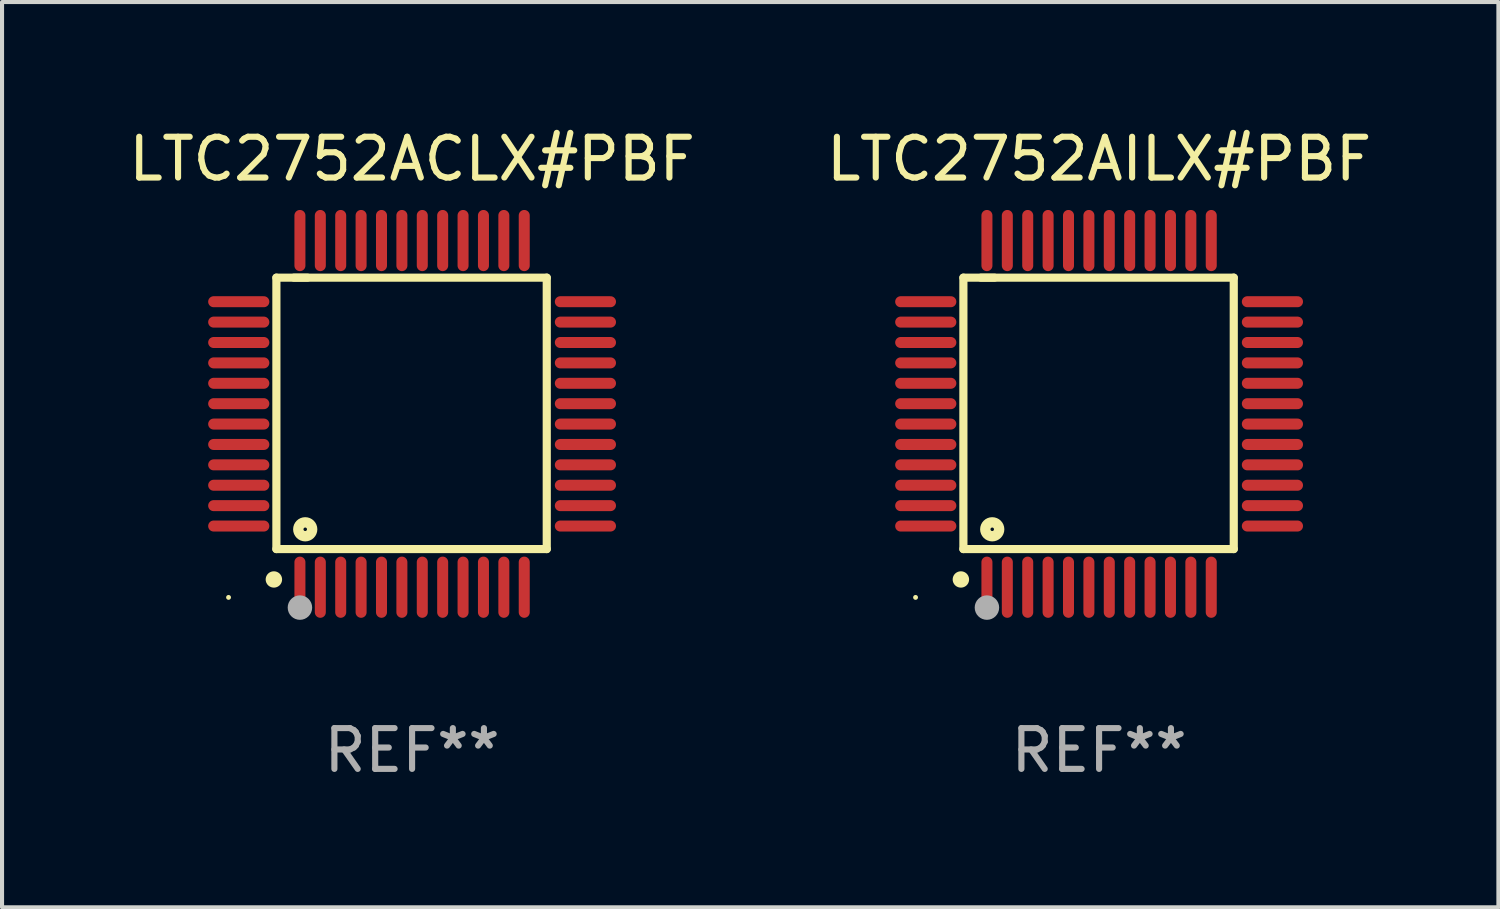
<source format=kicad_pcb>
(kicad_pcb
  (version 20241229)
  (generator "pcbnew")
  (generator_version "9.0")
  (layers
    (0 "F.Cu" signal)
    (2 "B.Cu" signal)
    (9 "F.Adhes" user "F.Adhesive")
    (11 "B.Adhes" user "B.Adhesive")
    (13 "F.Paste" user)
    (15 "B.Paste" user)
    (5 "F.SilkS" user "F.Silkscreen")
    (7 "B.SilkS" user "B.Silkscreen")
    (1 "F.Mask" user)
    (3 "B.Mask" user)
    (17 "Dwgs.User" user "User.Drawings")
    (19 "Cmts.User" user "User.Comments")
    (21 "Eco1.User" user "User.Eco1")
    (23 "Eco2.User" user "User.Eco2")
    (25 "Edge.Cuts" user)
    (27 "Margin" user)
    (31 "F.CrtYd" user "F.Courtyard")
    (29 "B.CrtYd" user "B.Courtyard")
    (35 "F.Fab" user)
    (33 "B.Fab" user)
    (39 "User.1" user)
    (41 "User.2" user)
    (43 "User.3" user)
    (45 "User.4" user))
  (footprint "LTC2752ACLX#PBF"
    (layer "F.Cu")
    (at 7.054 7.098)
    (property "Reference" "LTC2752ACLX#PBF" (at 0 -6.25 0) (layer "F.SilkS") (effects (font (size 1 1) (thickness 0.15))))
    (attr through_hole)
    (fp_line (start -3.327 -3.34) (end -2.565 -3.34) (stroke (width 0.2) (type solid)) (layer "F.SilkS"))
    (fp_line (start -3.327 3.315) (end -3.327 -3.34) (stroke (width 0.2) (type solid)) (layer "F.SilkS"))
    (fp_line (start -2.896 -3.34) (end 3.302 -3.34) (stroke (width 0.2) (type solid)) (layer "F.SilkS"))
    (fp_line (start 3.302 -3.34) (end 3.302 3.315) (stroke (width 0.2) (type solid)) (layer "F.SilkS"))
    (fp_line (start 3.302 3.315) (end -3.327 3.315) (stroke (width 0.2) (type solid)) (layer "F.SilkS"))
    (fp_arc (start -3.389992 4.059995) (mid -3.388722 4.059991) (end -3.387452 4.059995) (stroke (width 0.4) (type solid)) (layer "F.SilkS"))
    (fp_circle (center -4.5 4.5) (end -4.47 4.5) (stroke (width 0.06) (type solid)) (fill no) (layer "F.SilkS"))
    (fp_circle (center -2.62 2.83) (end -2.45 2.83) (stroke (width 0.254) (type solid)) (fill no) (layer "F.SilkS"))
    (fp_circle (center -2.75 4.75) (end -2.6 4.75) (stroke (width 0.3) (type solid)) (fill no) (layer "F.Fab"))
    (fp_text user "REF**" (at 0 8.25 0) (layer "F.Fab") (effects (font (size 1 1) (thickness 0.15))))
    (pad "1" smd oval (at -2.75 4.25) (size 0.27 1.5) (layers "F.Cu" "F.Mask" "F.Paste"))
    (pad "2" smd oval (at -2.25 4.25) (size 0.27 1.5) (layers "F.Cu" "F.Mask" "F.Paste"))
    (pad "3" smd oval (at -1.75 4.25) (size 0.27 1.5) (layers "F.Cu" "F.Mask" "F.Paste"))
    (pad "4" smd oval (at -1.25 4.25) (size 0.27 1.5) (layers "F.Cu" "F.Mask" "F.Paste"))
    (pad "5" smd oval (at -0.75 4.25) (size 0.27 1.5) (layers "F.Cu" "F.Mask" "F.Paste"))
    (pad "6" smd oval (at -0.25 4.25) (size 0.27 1.5) (layers "F.Cu" "F.Mask" "F.Paste"))
    (pad "7" smd oval (at 0.25 4.25) (size 0.27 1.5) (layers "F.Cu" "F.Mask" "F.Paste"))
    (pad "8" smd oval (at 0.75 4.25) (size 0.27 1.5) (layers "F.Cu" "F.Mask" "F.Paste"))
    (pad "9" smd oval (at 1.25 4.25) (size 0.27 1.5) (layers "F.Cu" "F.Mask" "F.Paste"))
    (pad "10" smd oval (at 1.75 4.25) (size 0.27 1.5) (layers "F.Cu" "F.Mask" "F.Paste"))
    (pad "11" smd oval (at 2.25 4.25) (size 0.27 1.5) (layers "F.Cu" "F.Mask" "F.Paste"))
    (pad "12" smd oval (at 2.75 4.25) (size 0.27 1.5) (layers "F.Cu" "F.Mask" "F.Paste"))
    (pad "13" smd oval (at 4.25 2.75) (size 1.5 0.27) (layers "F.Cu" "F.Mask" "F.Paste"))
    (pad "14" smd oval (at 4.25 2.25) (size 1.5 0.27) (layers "F.Cu" "F.Mask" "F.Paste"))
    (pad "15" smd oval (at 4.25 1.75) (size 1.5 0.27) (layers "F.Cu" "F.Mask" "F.Paste"))
    (pad "16" smd oval (at 4.25 1.25) (size 1.5 0.27) (layers "F.Cu" "F.Mask" "F.Paste"))
    (pad "17" smd oval (at 4.25 0.75) (size 1.5 0.27) (layers "F.Cu" "F.Mask" "F.Paste"))
    (pad "18" smd oval (at 4.25 0.25) (size 1.5 0.27) (layers "F.Cu" "F.Mask" "F.Paste"))
    (pad "19" smd oval (at 4.25 -0.25) (size 1.5 0.27) (layers "F.Cu" "F.Mask" "F.Paste"))
    (pad "20" smd oval (at 4.25 -0.75) (size 1.5 0.27) (layers "F.Cu" "F.Mask" "F.Paste"))
    (pad "21" smd oval (at 4.25 -1.25) (size 1.5 0.27) (layers "F.Cu" "F.Mask" "F.Paste"))
    (pad "22" smd oval (at 4.25 -1.75) (size 1.5 0.27) (layers "F.Cu" "F.Mask" "F.Paste"))
    (pad "23" smd oval (at 4.25 -2.25) (size 1.5 0.27) (layers "F.Cu" "F.Mask" "F.Paste"))
    (pad "24" smd oval (at 4.25 -2.75) (size 1.5 0.27) (layers "F.Cu" "F.Mask" "F.Paste"))
    (pad "25" smd oval (at 2.75 -4.25) (size 0.27 1.5) (layers "F.Cu" "F.Mask" "F.Paste"))
    (pad "26" smd oval (at 2.25 -4.25) (size 0.27 1.5) (layers "F.Cu" "F.Mask" "F.Paste"))
    (pad "27" smd oval (at 1.75 -4.25) (size 0.27 1.5) (layers "F.Cu" "F.Mask" "F.Paste"))
    (pad "28" smd oval (at 1.25 -4.25) (size 0.27 1.5) (layers "F.Cu" "F.Mask" "F.Paste"))
    (pad "29" smd oval (at 0.75 -4.25) (size 0.27 1.5) (layers "F.Cu" "F.Mask" "F.Paste"))
    (pad "30" smd oval (at 0.25 -4.25) (size 0.27 1.5) (layers "F.Cu" "F.Mask" "F.Paste"))
    (pad "31" smd oval (at -0.25 -4.25) (size 0.27 1.5) (layers "F.Cu" "F.Mask" "F.Paste"))
    (pad "32" smd oval (at -0.75 -4.25) (size 0.27 1.5) (layers "F.Cu" "F.Mask" "F.Paste"))
    (pad "33" smd oval (at -1.25 -4.25) (size 0.27 1.5) (layers "F.Cu" "F.Mask" "F.Paste"))
    (pad "34" smd oval (at -1.75 -4.25) (size 0.27 1.5) (layers "F.Cu" "F.Mask" "F.Paste"))
    (pad "35" smd oval (at -2.25 -4.25) (size 0.27 1.5) (layers "F.Cu" "F.Mask" "F.Paste"))
    (pad "36" smd oval (at -2.75 -4.25) (size 0.27 1.5) (layers "F.Cu" "F.Mask" "F.Paste"))
    (pad "37" smd oval (at -4.25 -2.75) (size 1.5 0.27) (layers "F.Cu" "F.Mask" "F.Paste"))
    (pad "38" smd oval (at -4.25 -2.25) (size 1.5 0.27) (layers "F.Cu" "F.Mask" "F.Paste"))
    (pad "39" smd oval (at -4.25 -1.75) (size 1.5 0.27) (layers "F.Cu" "F.Mask" "F.Paste"))
    (pad "40" smd oval (at -4.25 -1.25) (size 1.5 0.27) (layers "F.Cu" "F.Mask" "F.Paste"))
    (pad "41" smd oval (at -4.25 -0.75) (size 1.5 0.27) (layers "F.Cu" "F.Mask" "F.Paste"))
    (pad "42" smd oval (at -4.25 -0.25) (size 1.5 0.27) (layers "F.Cu" "F.Mask" "F.Paste"))
    (pad "43" smd oval (at -4.25 0.25) (size 1.5 0.27) (layers "F.Cu" "F.Mask" "F.Paste"))
    (pad "44" smd oval (at -4.25 0.75) (size 1.5 0.27) (layers "F.Cu" "F.Mask" "F.Paste"))
    (pad "45" smd oval (at -4.25 1.25) (size 1.5 0.27) (layers "F.Cu" "F.Mask" "F.Paste"))
    (pad "46" smd oval (at -4.25 1.75) (size 1.5 0.27) (layers "F.Cu" "F.Mask" "F.Paste"))
    (pad "47" smd oval (at -4.25 2.25) (size 1.5 0.27) (layers "F.Cu" "F.Mask" "F.Paste"))
    (pad "48" smd oval (at -4.25 2.75) (size 1.5 0.27) (layers "F.Cu" "F.Mask" "F.Paste")))
  (footprint "LTC2752AILX#PBF"
    (layer "F.Cu")
    (at 23.899 7.098)
    (property "Reference" "LTC2752AILX#PBF" (at 0 -6.25 0) (layer "F.SilkS") (effects (font (size 1 1) (thickness 0.15))))
    (attr through_hole)
    (fp_line (start -3.327 -3.34) (end -2.565 -3.34) (stroke (width 0.2) (type solid)) (layer "F.SilkS"))
    (fp_line (start -3.327 3.315) (end -3.327 -3.34) (stroke (width 0.2) (type solid)) (layer "F.SilkS"))
    (fp_line (start -2.896 -3.34) (end 3.302 -3.34) (stroke (width 0.2) (type solid)) (layer "F.SilkS"))
    (fp_line (start 3.302 -3.34) (end 3.302 3.315) (stroke (width 0.2) (type solid)) (layer "F.SilkS"))
    (fp_line (start 3.302 3.315) (end -3.327 3.315) (stroke (width 0.2) (type solid)) (layer "F.SilkS"))
    (fp_arc (start -3.389992 4.059995) (mid -3.388722 4.059991) (end -3.387452 4.059995) (stroke (width 0.4) (type solid)) (layer "F.SilkS"))
    (fp_circle (center -4.5 4.5) (end -4.47 4.5) (stroke (width 0.06) (type solid)) (fill no) (layer "F.SilkS"))
    (fp_circle (center -2.62 2.83) (end -2.45 2.83) (stroke (width 0.254) (type solid)) (fill no) (layer "F.SilkS"))
    (fp_circle (center -2.75 4.75) (end -2.6 4.75) (stroke (width 0.3) (type solid)) (fill no) (layer "F.Fab"))
    (fp_text user "REF**" (at 0 8.25 0) (layer "F.Fab") (effects (font (size 1 1) (thickness 0.15))))
    (pad "1" smd oval (at -2.75 4.25) (size 0.27 1.5) (layers "F.Cu" "F.Mask" "F.Paste"))
    (pad "2" smd oval (at -2.25 4.25) (size 0.27 1.5) (layers "F.Cu" "F.Mask" "F.Paste"))
    (pad "3" smd oval (at -1.75 4.25) (size 0.27 1.5) (layers "F.Cu" "F.Mask" "F.Paste"))
    (pad "4" smd oval (at -1.25 4.25) (size 0.27 1.5) (layers "F.Cu" "F.Mask" "F.Paste"))
    (pad "5" smd oval (at -0.75 4.25) (size 0.27 1.5) (layers "F.Cu" "F.Mask" "F.Paste"))
    (pad "6" smd oval (at -0.25 4.25) (size 0.27 1.5) (layers "F.Cu" "F.Mask" "F.Paste"))
    (pad "7" smd oval (at 0.25 4.25) (size 0.27 1.5) (layers "F.Cu" "F.Mask" "F.Paste"))
    (pad "8" smd oval (at 0.75 4.25) (size 0.27 1.5) (layers "F.Cu" "F.Mask" "F.Paste"))
    (pad "9" smd oval (at 1.25 4.25) (size 0.27 1.5) (layers "F.Cu" "F.Mask" "F.Paste"))
    (pad "10" smd oval (at 1.75 4.25) (size 0.27 1.5) (layers "F.Cu" "F.Mask" "F.Paste"))
    (pad "11" smd oval (at 2.25 4.25) (size 0.27 1.5) (layers "F.Cu" "F.Mask" "F.Paste"))
    (pad "12" smd oval (at 2.75 4.25) (size 0.27 1.5) (layers "F.Cu" "F.Mask" "F.Paste"))
    (pad "13" smd oval (at 4.25 2.75) (size 1.5 0.27) (layers "F.Cu" "F.Mask" "F.Paste"))
    (pad "14" smd oval (at 4.25 2.25) (size 1.5 0.27) (layers "F.Cu" "F.Mask" "F.Paste"))
    (pad "15" smd oval (at 4.25 1.75) (size 1.5 0.27) (layers "F.Cu" "F.Mask" "F.Paste"))
    (pad "16" smd oval (at 4.25 1.25) (size 1.5 0.27) (layers "F.Cu" "F.Mask" "F.Paste"))
    (pad "17" smd oval (at 4.25 0.75) (size 1.5 0.27) (layers "F.Cu" "F.Mask" "F.Paste"))
    (pad "18" smd oval (at 4.25 0.25) (size 1.5 0.27) (layers "F.Cu" "F.Mask" "F.Paste"))
    (pad "19" smd oval (at 4.25 -0.25) (size 1.5 0.27) (layers "F.Cu" "F.Mask" "F.Paste"))
    (pad "20" smd oval (at 4.25 -0.75) (size 1.5 0.27) (layers "F.Cu" "F.Mask" "F.Paste"))
    (pad "21" smd oval (at 4.25 -1.25) (size 1.5 0.27) (layers "F.Cu" "F.Mask" "F.Paste"))
    (pad "22" smd oval (at 4.25 -1.75) (size 1.5 0.27) (layers "F.Cu" "F.Mask" "F.Paste"))
    (pad "23" smd oval (at 4.25 -2.25) (size 1.5 0.27) (layers "F.Cu" "F.Mask" "F.Paste"))
    (pad "24" smd oval (at 4.25 -2.75) (size 1.5 0.27) (layers "F.Cu" "F.Mask" "F.Paste"))
    (pad "25" smd oval (at 2.75 -4.25) (size 0.27 1.5) (layers "F.Cu" "F.Mask" "F.Paste"))
    (pad "26" smd oval (at 2.25 -4.25) (size 0.27 1.5) (layers "F.Cu" "F.Mask" "F.Paste"))
    (pad "27" smd oval (at 1.75 -4.25) (size 0.27 1.5) (layers "F.Cu" "F.Mask" "F.Paste"))
    (pad "28" smd oval (at 1.25 -4.25) (size 0.27 1.5) (layers "F.Cu" "F.Mask" "F.Paste"))
    (pad "29" smd oval (at 0.75 -4.25) (size 0.27 1.5) (layers "F.Cu" "F.Mask" "F.Paste"))
    (pad "30" smd oval (at 0.25 -4.25) (size 0.27 1.5) (layers "F.Cu" "F.Mask" "F.Paste"))
    (pad "31" smd oval (at -0.25 -4.25) (size 0.27 1.5) (layers "F.Cu" "F.Mask" "F.Paste"))
    (pad "32" smd oval (at -0.75 -4.25) (size 0.27 1.5) (layers "F.Cu" "F.Mask" "F.Paste"))
    (pad "33" smd oval (at -1.25 -4.25) (size 0.27 1.5) (layers "F.Cu" "F.Mask" "F.Paste"))
    (pad "34" smd oval (at -1.75 -4.25) (size 0.27 1.5) (layers "F.Cu" "F.Mask" "F.Paste"))
    (pad "35" smd oval (at -2.25 -4.25) (size 0.27 1.5) (layers "F.Cu" "F.Mask" "F.Paste"))
    (pad "36" smd oval (at -2.75 -4.25) (size 0.27 1.5) (layers "F.Cu" "F.Mask" "F.Paste"))
    (pad "37" smd oval (at -4.25 -2.75) (size 1.5 0.27) (layers "F.Cu" "F.Mask" "F.Paste"))
    (pad "38" smd oval (at -4.25 -2.25) (size 1.5 0.27) (layers "F.Cu" "F.Mask" "F.Paste"))
    (pad "39" smd oval (at -4.25 -1.75) (size 1.5 0.27) (layers "F.Cu" "F.Mask" "F.Paste"))
    (pad "40" smd oval (at -4.25 -1.25) (size 1.5 0.27) (layers "F.Cu" "F.Mask" "F.Paste"))
    (pad "41" smd oval (at -4.25 -0.75) (size 1.5 0.27) (layers "F.Cu" "F.Mask" "F.Paste"))
    (pad "42" smd oval (at -4.25 -0.25) (size 1.5 0.27) (layers "F.Cu" "F.Mask" "F.Paste"))
    (pad "43" smd oval (at -4.25 0.25) (size 1.5 0.27) (layers "F.Cu" "F.Mask" "F.Paste"))
    (pad "44" smd oval (at -4.25 0.75) (size 1.5 0.27) (layers "F.Cu" "F.Mask" "F.Paste"))
    (pad "45" smd oval (at -4.25 1.25) (size 1.5 0.27) (layers "F.Cu" "F.Mask" "F.Paste"))
    (pad "46" smd oval (at -4.25 1.75) (size 1.5 0.27) (layers "F.Cu" "F.Mask" "F.Paste"))
    (pad "47" smd oval (at -4.25 2.25) (size 1.5 0.27) (layers "F.Cu" "F.Mask" "F.Paste"))
    (pad "48" smd oval (at -4.25 2.75) (size 1.5 0.27) (layers "F.Cu" "F.Mask" "F.Paste")))
  (gr_rect
    (start -3 -3)
    (end 33.69 19.196)
    (stroke (width 0.1) (type default))
    (fill no)
    (layer "Edge.Cuts")))
</source>
